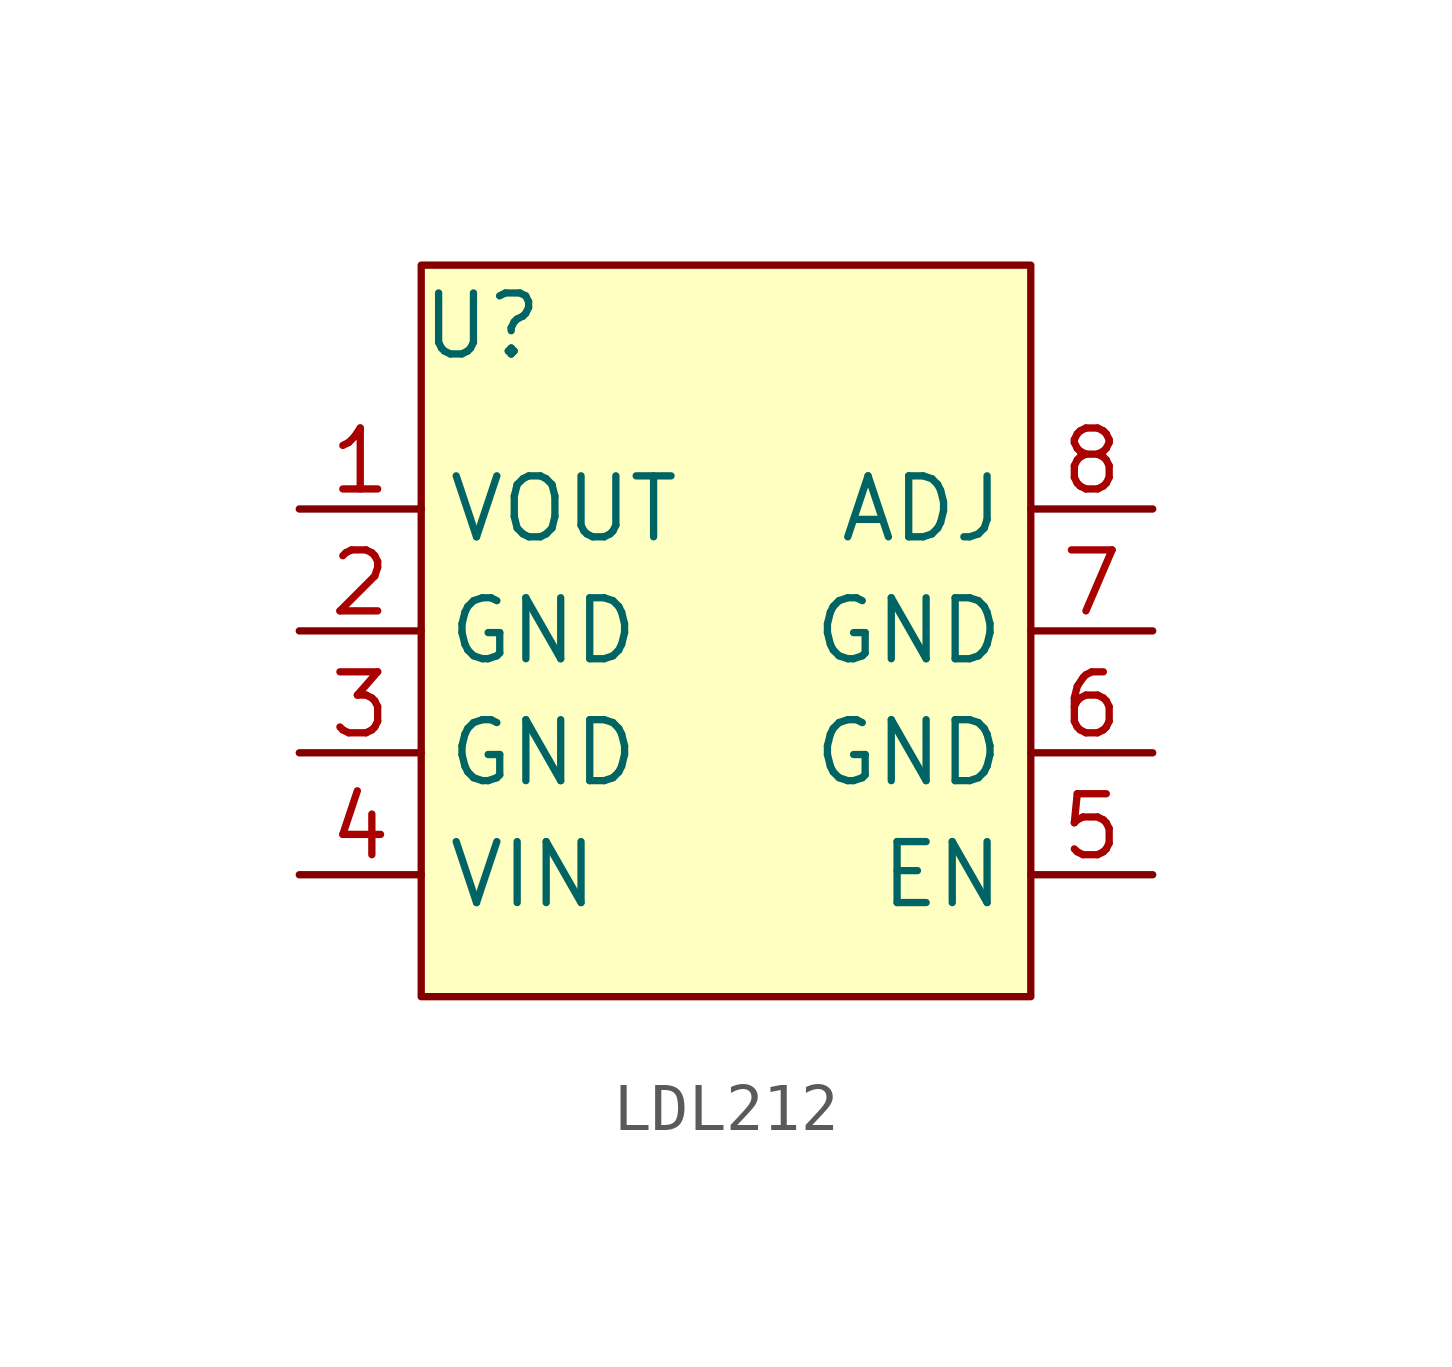
<source format=kicad_sym>
(kicad_symbol_lib
  (version 20220914)
  (generator kicad_symbol_editor)
  (symbol "LDL212"
    (property "Reference" "U"
      (at -5.08 6.35 0)
      (effects (font (size 1.27 1.27))))
    (property "Value" ""
      (at -8.89 2.54 0)
      (effects (font (size 1.27 1.27))))
    (symbol "LDL212_0_0"
      (pin power_out line (at -8.89 2.54 0) (length 2.54) (name "VOUT" (effects (font (size 1.27 1.27)))) (number "1" (effects (font (size 1.27 1.27)))))
      (pin power_in line (at -8.89 0 0) (length 2.54) (name "GND" (effects (font (size 1.27 1.27)))) (number "2" (effects (font (size 1.27 1.27)))))
      (pin power_in line (at -8.89 -2.54 0) (length 2.54) (name "GND" (effects (font (size 1.27 1.27)))) (number "3" (effects (font (size 1.27 1.27)))))
      (pin power_in line (at -8.89 -5.08 0) (length 2.54) (name "VIN" (effects (font (size 1.27 1.27)))) (number "4" (effects (font (size 1.27 1.27)))))
      (pin input line (at 8.89 -5.08 180) (length 2.54) (name "EN" (effects (font (size 1.27 1.27)))) (number "5" (effects (font (size 1.27 1.27)))))
      (pin power_in line (at 8.89 -2.54 180) (length 2.54) (name "GND" (effects (font (size 1.27 1.27)))) (number "6" (effects (font (size 1.27 1.27)))))
      (pin power_in line (at 8.89 0 180) (length 2.54) (name "GND" (effects (font (size 1.27 1.27)))) (number "7" (effects (font (size 1.27 1.27)))))
      (pin input line (at 8.89 2.54 180) (length 2.54) (name "ADJ" (effects (font (size 1.27 1.27)))) (number "8" (effects (font (size 1.27 1.27))))))
    (symbol "LDL212_1_1"
      (rectangle (start -6.35 7.62) (end 6.35 -7.62) (stroke (width 0) (type default)) (fill (type background))))))
</source>
